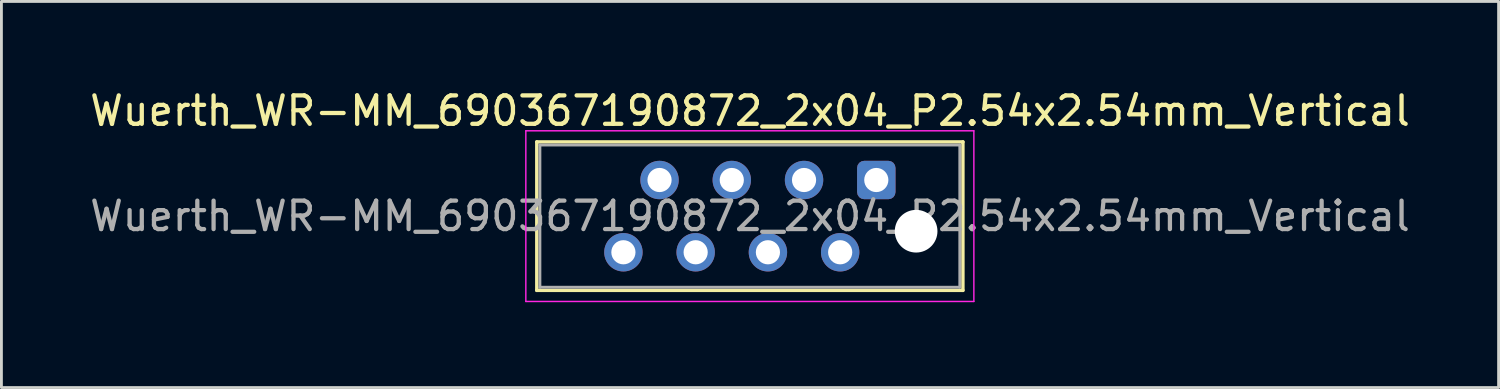
<source format=kicad_pcb>
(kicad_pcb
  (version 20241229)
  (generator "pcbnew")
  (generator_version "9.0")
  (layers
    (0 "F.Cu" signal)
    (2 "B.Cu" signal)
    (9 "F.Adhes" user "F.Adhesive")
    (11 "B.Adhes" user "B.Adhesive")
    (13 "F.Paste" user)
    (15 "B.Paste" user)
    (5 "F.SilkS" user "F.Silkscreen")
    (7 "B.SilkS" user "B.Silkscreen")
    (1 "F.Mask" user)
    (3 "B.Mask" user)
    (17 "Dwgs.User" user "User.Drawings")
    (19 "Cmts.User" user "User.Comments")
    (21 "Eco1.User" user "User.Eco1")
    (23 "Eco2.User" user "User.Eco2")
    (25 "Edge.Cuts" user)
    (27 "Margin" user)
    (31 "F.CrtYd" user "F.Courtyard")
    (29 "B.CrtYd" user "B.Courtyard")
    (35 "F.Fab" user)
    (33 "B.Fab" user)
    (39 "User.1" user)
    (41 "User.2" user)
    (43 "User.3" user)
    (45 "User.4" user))
  (footprint "Wuerth_WR-MM_690367190872_2x04_P2.54x2.54mm_Vertical"
    (layer "F.Cu")
    (at 27.755 3.278)
    (property "Reference" "Wuerth_WR-MM_690367190872_2x04_P2.54x2.54mm_Vertical" (at -4.44 -2.43 0) (layer "F.SilkS") (effects (font (size 1 1) (thickness 0.15))))
    (attr through_hole)
    (fp_line (start -11.935 -1.34) (end 3.045 -1.34) (stroke (width 0.12) (type solid)) (layer "F.SilkS"))
    (fp_line (start -11.935 3.88) (end -11.935 -1.34) (stroke (width 0.12) (type solid)) (layer "F.SilkS"))
    (fp_line (start 3.045 -1.34) (end 3.045 3.88) (stroke (width 0.12) (type solid)) (layer "F.SilkS"))
    (fp_line (start 3.045 3.88) (end -11.935 3.88) (stroke (width 0.12) (type solid)) (layer "F.SilkS"))
    (fp_line (start -12.32 -1.73) (end -12.32 4.27) (stroke (width 0.05) (type solid)) (layer "F.CrtYd"))
    (fp_line (start -12.32 4.27) (end 3.43 4.27) (stroke (width 0.05) (type solid)) (layer "F.CrtYd"))
    (fp_line (start 3.43 -1.73) (end -12.32 -1.73) (stroke (width 0.05) (type solid)) (layer "F.CrtYd"))
    (fp_line (start 3.43 4.27) (end 3.43 -1.73) (stroke (width 0.05) (type solid)) (layer "F.CrtYd"))
    (fp_line (start -11.825 -1.23) (end 2.935 -1.23) (stroke (width 0.1) (type solid)) (layer "F.Fab"))
    (fp_line (start -11.825 3.77) (end -11.825 -1.23) (stroke (width 0.1) (type solid)) (layer "F.Fab"))
    (fp_line (start 2.935 -1.23) (end 2.935 3.77) (stroke (width 0.1) (type solid)) (layer "F.Fab"))
    (fp_line (start 2.935 3.77) (end -11.825 3.77) (stroke (width 0.1) (type solid)) (layer "F.Fab"))
    (fp_text user "${REFERENCE}" (at -4.44 1.27 0) (layer "F.Fab") (effects (font (size 1 1) (thickness 0.15))))
    (pad "" np_thru_hole circle (at 1.4 1.8) (size 1.5 1.5) (drill 1.5) (layers "*.Cu" "*.Mask"))
    (pad "1" thru_hole roundrect (at 0 0) (size 1.35 1.35) (drill 0.85) (layers "*.Cu" "*.Mask") (roundrect_rratio 0.185))
    (pad "2" thru_hole circle (at -1.27 2.54) (size 1.35 1.35) (drill 0.85) (layers "*.Cu" "*.Mask"))
    (pad "3" thru_hole circle (at -2.54 0) (size 1.35 1.35) (drill 0.85) (layers "*.Cu" "*.Mask"))
    (pad "4" thru_hole circle (at -3.81 2.54) (size 1.35 1.35) (drill 0.85) (layers "*.Cu" "*.Mask"))
    (pad "5" thru_hole circle (at -5.08 0) (size 1.35 1.35) (drill 0.85) (layers "*.Cu" "*.Mask"))
    (pad "6" thru_hole circle (at -6.35 2.54) (size 1.35 1.35) (drill 0.85) (layers "*.Cu" "*.Mask"))
    (pad "7" thru_hole circle (at -7.62 0) (size 1.35 1.35) (drill 0.85) (layers "*.Cu" "*.Mask"))
    (pad "8" thru_hole circle (at -8.89 2.54) (size 1.35 1.35) (drill 0.85) (layers "*.Cu" "*.Mask")))
  (gr_rect
    (start -3 -3)
    (end 49.631 10.573)
    (stroke (width 0.1) (type default))
    (fill no)
    (layer "Edge.Cuts")))
</source>
